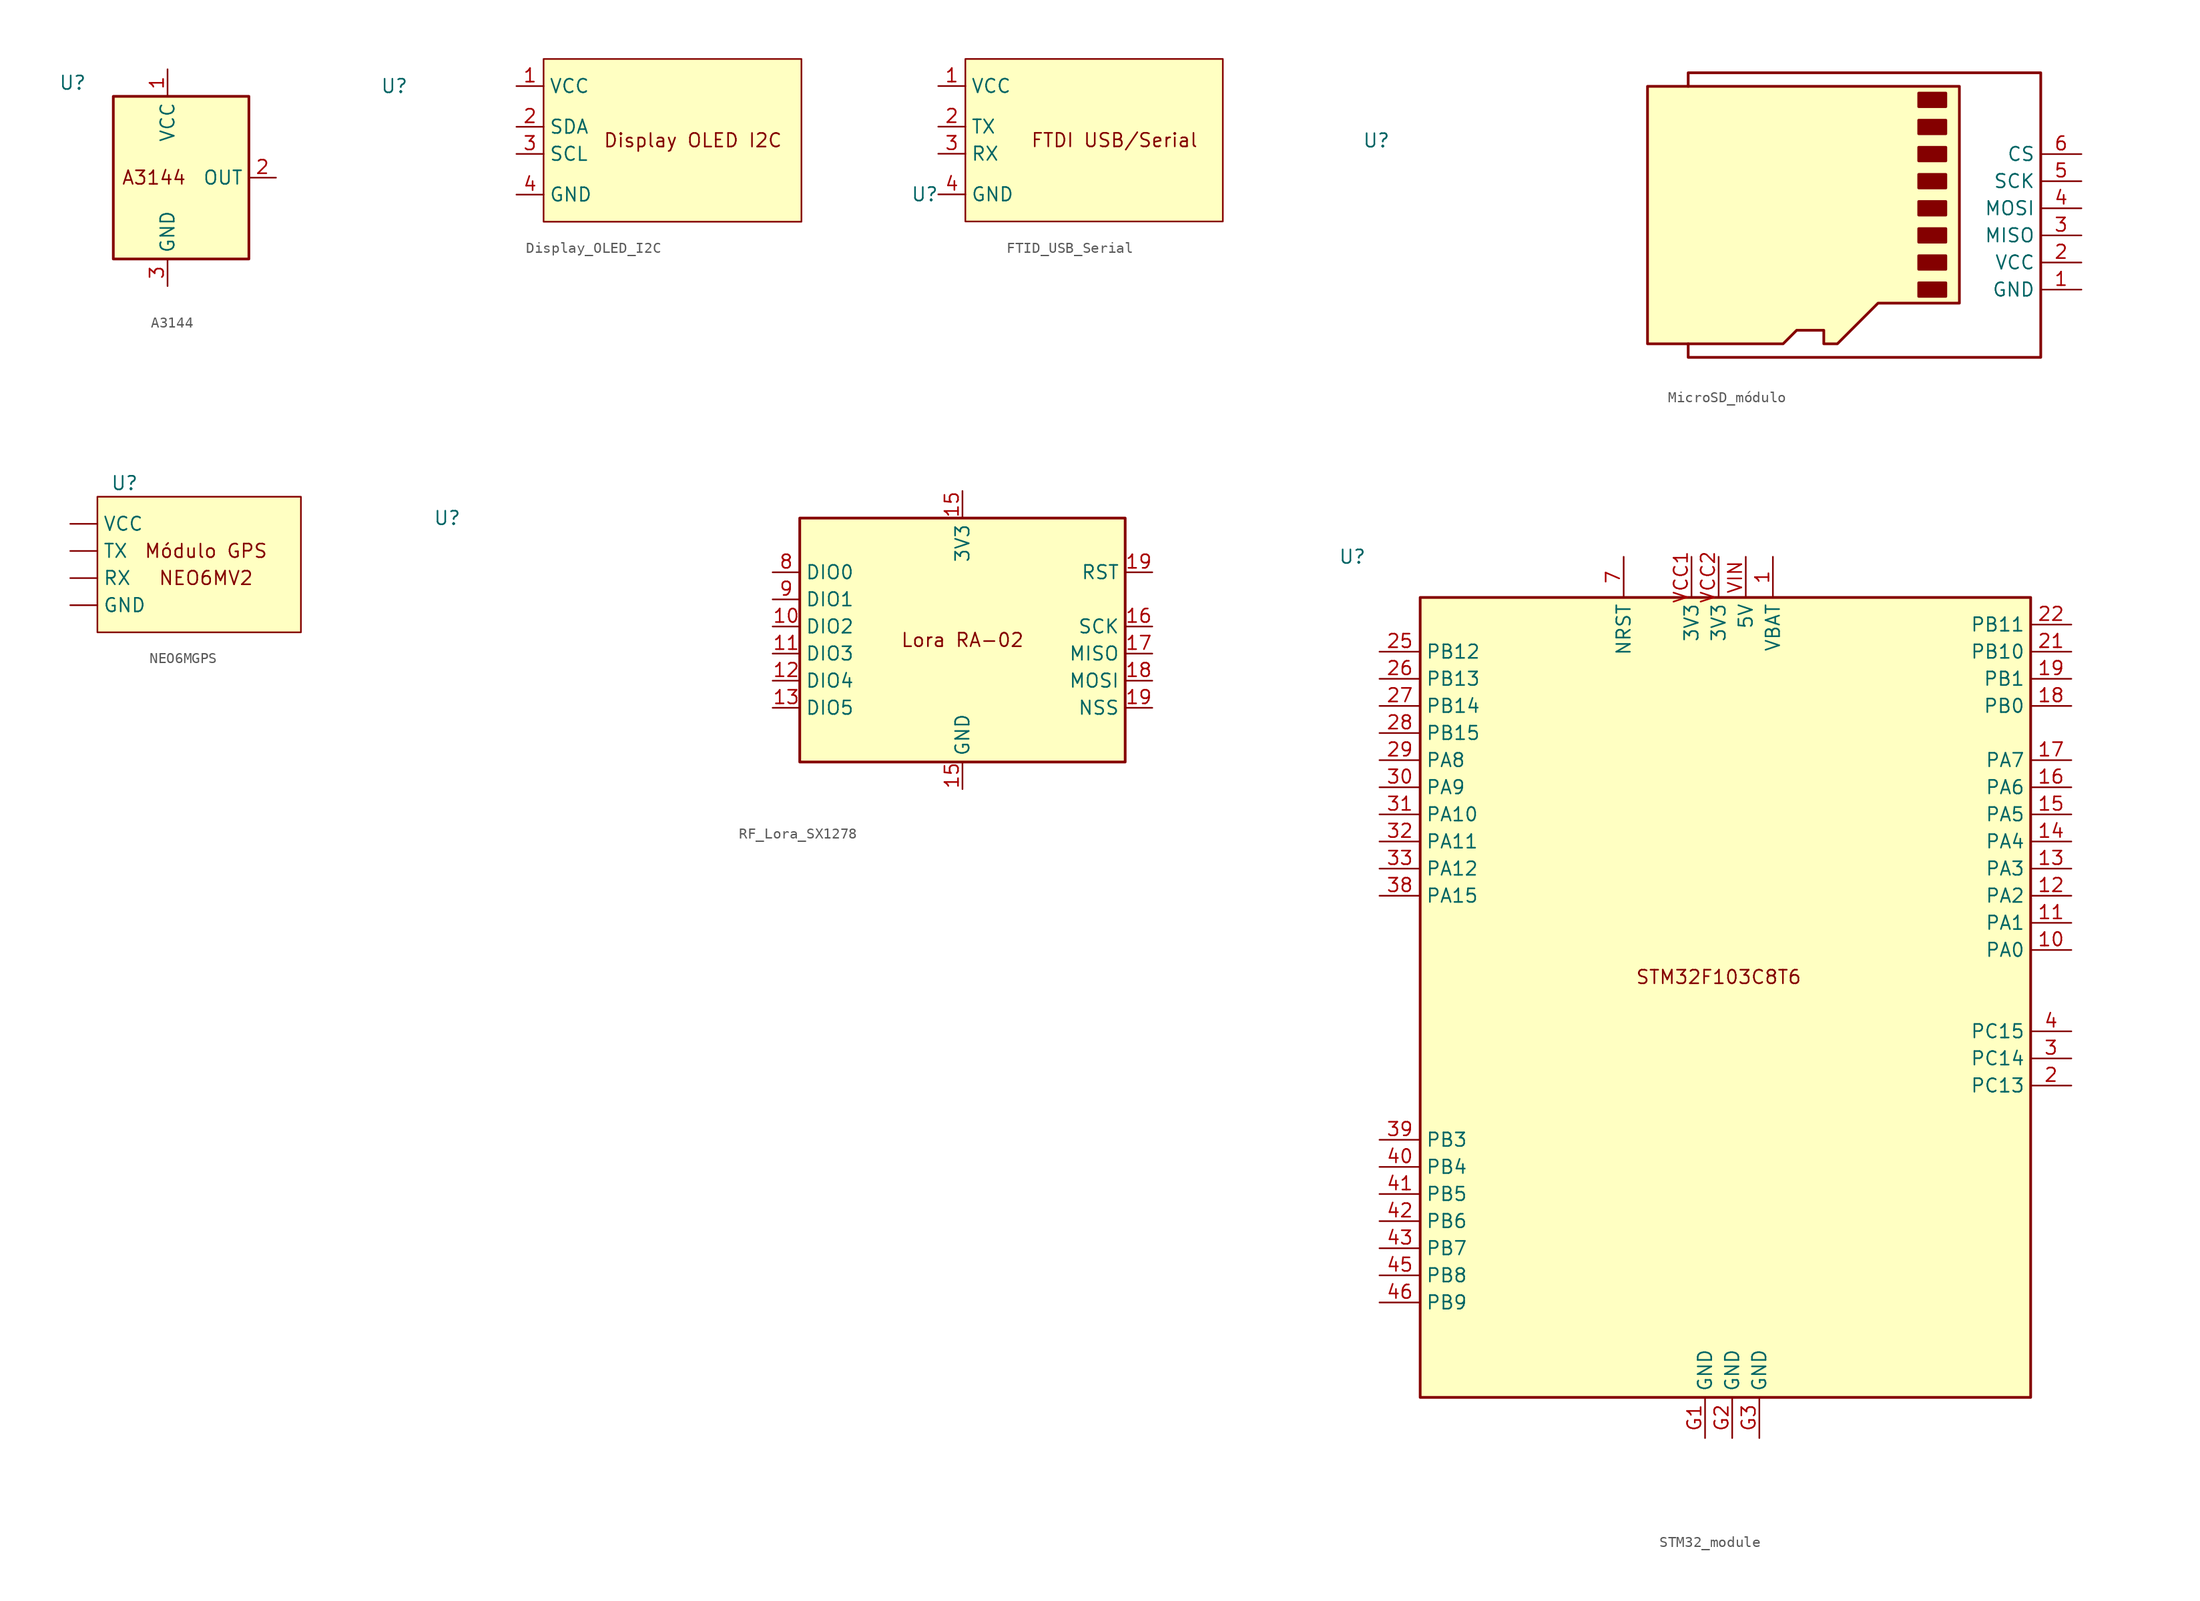
<source format=kicad_sym>
(kicad_symbol_lib
  (version 20220914)
  (generator kicad_symbol_editor)
  (symbol "A3144"
    (property "Reference" "U"
      (at -2.54 8.89 0)
      (effects (font (size 1.27 1.27))))
    (property "Value" ""
      (at -2.54 8.89 0)
      (effects (font (size 1.27 1.27))))
    (symbol "A3144_0_1"
      (rectangle (start 1.27 7.62) (end 13.97 -7.62) (stroke (width 0.254) (type default)) (fill (type background))))
    (symbol "A3144_1_1"
      (text "A3144\n" (at 5.08 0 0) (effects (font (size 1.27 1.27))))
      (pin power_in line (at 6.35 10.16 270) (length 2.54) (name "VCC" (effects (font (size 1.27 1.27)))) (number "1" (effects (font (size 1.27 1.27)))))
      (pin open_collector line (at 16.51 0 180) (length 2.54) (name "OUT" (effects (font (size 1.27 1.27)))) (number "2" (effects (font (size 1.27 1.27)))))
      (pin power_in line (at 6.35 -10.16 90) (length 2.54) (name "GND" (effects (font (size 1.27 1.27)))) (number "3" (effects (font (size 1.27 1.27)))))))
  (symbol "Display_OLED_I2C"
    (property "Reference" "U"
      (at 0 0 0)
      (effects (font (size 1.27 1.27))))
    (property "Value" ""
      (at 0 0 0)
      (effects (font (size 1.27 1.27))))
    (symbol "Display_OLED_I2C_1_1"
      (rectangle (start 13.97 2.54) (end 38.1 -12.7) (stroke (width 0) (type default)) (fill (type background)))
      (text "Display OLED I2C\n" (at 27.94 -5.08 0) (effects (font (size 1.27 1.27))))
      (pin input line (at 11.43 0 0) (length 2.54) (name "VCC" (effects (font (size 1.27 1.27)))) (number "1" (effects (font (size 1.27 1.27)))))
      (pin input line (at 11.43 -3.81 0) (length 2.54) (name "SDA" (effects (font (size 1.27 1.27)))) (number "2" (effects (font (size 1.27 1.27)))))
      (pin input line (at 11.43 -6.35 0) (length 2.54) (name "SCL" (effects (font (size 1.27 1.27)))) (number "3" (effects (font (size 1.27 1.27)))))
      (pin input line (at 11.43 -10.16 0) (length 2.54) (name "GND" (effects (font (size 1.27 1.27)))) (number "4" (effects (font (size 1.27 1.27)))))))
  (symbol "FTID_USB_Serial"
    (property "Reference" "U"
      (at 0 0 0)
      (effects (font (size 1.27 1.27))))
    (property "Value" ""
      (at 0 0 0)
      (effects (font (size 1.27 1.27))))
    (symbol "FTID_USB_Serial_1_1"
      (rectangle (start 3.81 12.7) (end 27.94 -2.54) (stroke (width 0) (type default)) (fill (type background)))
      (text "FTDI USB/Serial\n" (at 17.78 5.08 0) (effects (font (size 1.27 1.27))))
      (pin input line (at 1.27 10.16 0) (length 2.54) (name "VCC" (effects (font (size 1.27 1.27)))) (number "1" (effects (font (size 1.27 1.27)))))
      (pin input line (at 1.27 6.35 0) (length 2.54) (name "TX" (effects (font (size 1.27 1.27)))) (number "2" (effects (font (size 1.27 1.27)))))
      (pin input line (at 1.27 3.81 0) (length 2.54) (name "RX" (effects (font (size 1.27 1.27)))) (number "3" (effects (font (size 1.27 1.27)))))
      (pin input line (at 1.27 0 0) (length 2.54) (name "GND" (effects (font (size 1.27 1.27)))) (number "4" (effects (font (size 1.27 1.27)))))))
  (symbol "MicroSD_módulo"
    (property "Reference" "U"
      (at 0 0 0)
      (effects (font (size 1.27 1.27))))
    (property "Value" ""
      (at 0 0 0)
      (effects (font (size 1.27 1.27))))
    (symbol "MicroSD_módulo_0_1"
      (polyline (pts (xy 29.21 -19.05) (xy 29.21 -20.32) (xy 62.23 -20.32) (xy 62.23 6.35) (xy 29.21 6.35) (xy 29.21 5.08)) (stroke (width 0.254) (type default)) (fill (type none)))
      (polyline (pts (xy 54.61 5.08) (xy 54.61 -15.24) (xy 46.99 -15.24) (xy 43.18 -19.05) (xy 41.91 -19.05) (xy 41.91 -17.78) (xy 39.37 -17.78) (xy 38.1 -19.05) (xy 25.4 -19.05) (xy 25.4 5.08) (xy 54.61 5.08)) (stroke (width 0.254) (type default)) (fill (type background)))
      (rectangle (start 53.34 -14.605) (end 50.8 -13.335) (stroke (width 0.254) (type default)) (fill (type outline)))
      (rectangle (start 53.34 -12.065) (end 50.8 -10.795) (stroke (width 0.254) (type default)) (fill (type outline)))
      (rectangle (start 53.34 -9.525) (end 50.8 -8.255) (stroke (width 0.254) (type default)) (fill (type outline)))
      (rectangle (start 53.34 -6.985) (end 50.8 -5.715) (stroke (width 0.254) (type default)) (fill (type outline)))
      (rectangle (start 53.34 -4.445) (end 50.8 -3.175) (stroke (width 0.254) (type default)) (fill (type outline)))
      (rectangle (start 53.34 -1.905) (end 50.8 -0.635) (stroke (width 0.254) (type default)) (fill (type outline)))
      (rectangle (start 53.34 0.635) (end 50.8 1.905) (stroke (width 0.254) (type default)) (fill (type outline)))
      (rectangle (start 53.34 3.175) (end 50.8 4.445) (stroke (width 0.254) (type default)) (fill (type outline))))
    (symbol "MicroSD_módulo_1_1"
      (pin bidirectional line (at 66.04 -13.97 180) (length 3.81) (name "GND" (effects (font (size 1.27 1.27)))) (number "1" (effects (font (size 1.27 1.27)))))
      (pin bidirectional line (at 66.04 -11.43 180) (length 3.81) (name "VCC" (effects (font (size 1.27 1.27)))) (number "2" (effects (font (size 1.27 1.27)))))
      (pin input line (at 66.04 -8.89 180) (length 3.81) (name "MISO" (effects (font (size 1.27 1.27)))) (number "3" (effects (font (size 1.27 1.27)))))
      (pin power_in line (at 66.04 -6.35 180) (length 3.81) (name "MOSI" (effects (font (size 1.27 1.27)))) (number "4" (effects (font (size 1.27 1.27)))))
      (pin input line (at 66.04 -3.81 180) (length 3.81) (name "SCK" (effects (font (size 1.27 1.27)))) (number "5" (effects (font (size 1.27 1.27)))))
      (pin power_in line (at 66.04 -1.27 180) (length 3.81) (name "CS" (effects (font (size 1.27 1.27)))) (number "6" (effects (font (size 1.27 1.27)))))))
  (symbol "NEO6MGPS"
    (property "Reference" "U"
      (at 0 2.54 0)
      (effects (font (size 1.27 1.27))))
    (symbol "NEO6MGPS_1_1"
      (rectangle (start -2.54 1.27) (end 16.51 -11.43) (stroke (width 0) (type default)) (fill (type background)))
      (text "Módulo GPS\n" (at 7.62 -3.81 0) (effects (font (size 1.27 1.27))))
      (text "NEO6MV2" (at 7.62 -6.35 0) (effects (font (size 1.27 1.27))))
      (pin input line (at -5.08 -8.89 0) (length 2.54) (name "GND" (effects (font (size 1.27 1.27)))) (number "" (effects (font (size 1.27 1.27)))))
      (pin input line (at -5.08 -6.35 0) (length 2.54) (name "RX" (effects (font (size 1.27 1.27)))) (number "" (effects (font (size 1.27 1.27)))))
      (pin input line (at -5.08 -3.81 0) (length 2.54) (name "TX" (effects (font (size 1.27 1.27)))) (number "" (effects (font (size 1.27 1.27)))))
      (pin input line (at -5.08 -1.27 0) (length 2.54) (name "VCC" (effects (font (size 1.27 1.27)))) (number "" (effects (font (size 1.27 1.27)))))))
  (symbol "RF_Lora_SX1278"
    (property "Reference" "U"
      (at 0 0 0)
      (effects (font (size 1.27 1.27))))
    (property "Value" ""
      (at 0 0 0)
      (effects (font (size 1.27 1.27))))
    (symbol "RF_Lora_SX1278_0_1"
      (rectangle (start 33.02 0) (end 63.5 -22.86) (stroke (width 0.254) (type default)) (fill (type background))))
    (symbol "RF_Lora_SX1278_1_1"
      (text "Lora RA-02" (at 48.26 -11.43 0) (effects (font (size 1.27 1.27))))
      (pin bidirectional line (at 30.48 -10.16 0) (length 2.54) (name "DIO2" (effects (font (size 1.27 1.27)))) (number "10" (effects (font (size 1.27 1.27)))))
      (pin bidirectional line (at 30.48 -12.7 0) (length 2.54) (name "DIO3" (effects (font (size 1.27 1.27)))) (number "11" (effects (font (size 1.27 1.27)))))
      (pin bidirectional line (at 30.48 -15.24 0) (length 2.54) (name "DIO4" (effects (font (size 1.27 1.27)))) (number "12" (effects (font (size 1.27 1.27)))))
      (pin bidirectional line (at 30.48 -17.78 0) (length 2.54) (name "DIO5" (effects (font (size 1.27 1.27)))) (number "13" (effects (font (size 1.27 1.27)))))
      (pin power_in line (at 48.26 2.54 270) (length 2.54) (name "3V3" (effects (font (size 1.27 1.27)))) (number "15" (effects (font (size 1.27 1.27)))))
      (pin power_in line (at 48.26 -25.4 90) (length 2.54) (name "GND" (effects (font (size 1.27 1.27)))) (number "15" (effects (font (size 1.27 1.27)))))
      (pin input line (at 66.04 -10.16 180) (length 2.54) (name "SCK" (effects (font (size 1.27 1.27)))) (number "16" (effects (font (size 1.27 1.27)))))
      (pin output line (at 66.04 -12.7 180) (length 2.54) (name "MISO" (effects (font (size 1.27 1.27)))) (number "17" (effects (font (size 1.27 1.27)))))
      (pin input line (at 66.04 -15.24 180) (length 2.54) (name "MOSI" (effects (font (size 1.27 1.27)))) (number "18" (effects (font (size 1.27 1.27)))))
      (pin input line (at 66.04 -17.78 180) (length 2.54) (name "NSS" (effects (font (size 1.27 1.27)))) (number "19" (effects (font (size 1.27 1.27)))))
      (pin input line (at 66.04 -5.08 180) (length 2.54) (name "RST" (effects (font (size 1.27 1.27)))) (number "19" (effects (font (size 1.27 1.27)))))
      (pin passive line (at 48.26 -25.4 90) (length 2.54) hide (name "GND" (effects (font (size 1.27 1.27)))) (number "21" (effects (font (size 1.27 1.27)))))
      (pin passive line (at 48.26 2.54 270) (length 2.54) hide (name "GND" (effects (font (size 1.27 1.27)))) (number "21" (effects (font (size 1.27 1.27)))))
      (pin passive line (at 48.26 -25.4 90) (length 2.54) hide (name "GND" (effects (font (size 1.27 1.27)))) (number "22" (effects (font (size 1.27 1.27)))))
      (pin passive line (at 48.26 2.54 270) (length 2.54) hide (name "GND" (effects (font (size 1.27 1.27)))) (number "22" (effects (font (size 1.27 1.27)))))
      (pin passive line (at 48.26 -25.4 90) (length 2.54) hide (name "GND" (effects (font (size 1.27 1.27)))) (number "23" (effects (font (size 1.27 1.27)))))
      (pin passive line (at 48.26 2.54 270) (length 2.54) hide (name "GND" (effects (font (size 1.27 1.27)))) (number "23" (effects (font (size 1.27 1.27)))))
      (pin passive line (at 48.26 -25.4 90) (length 2.54) hide (name "GND" (effects (font (size 1.27 1.27)))) (number "26" (effects (font (size 1.27 1.27)))))
      (pin passive line (at 48.26 2.54 270) (length 2.54) hide (name "GND" (effects (font (size 1.27 1.27)))) (number "26" (effects (font (size 1.27 1.27)))))
      (pin passive line (at 48.26 -25.4 90) (length 2.54) hide (name "GND" (effects (font (size 1.27 1.27)))) (number "29" (effects (font (size 1.27 1.27)))))
      (pin passive line (at 48.26 2.54 270) (length 2.54) hide (name "GND" (effects (font (size 1.27 1.27)))) (number "29" (effects (font (size 1.27 1.27)))))
      (pin bidirectional line (at 30.48 -5.08 0) (length 2.54) (name "DIO0" (effects (font (size 1.27 1.27)))) (number "8" (effects (font (size 1.27 1.27)))))
      (pin bidirectional line (at 30.48 -7.62 0) (length 2.54) (name "DIO1" (effects (font (size 1.27 1.27)))) (number "9" (effects (font (size 1.27 1.27)))))))
  (symbol "STM32_module"
    (property "Reference" "U"
      (at 0 0 0)
      (effects (font (size 1.27 1.27))))
    (property "Value" ""
      (at 0 0 0)
      (effects (font (size 1.27 1.27))))
    (symbol "STM32_module_0_1"
      (rectangle (start 6.35 -3.81) (end 63.5 -78.74) (stroke (width 0.254) (type default)) (fill (type background))))
    (symbol "STM32_module_1_1"
      (text "STM32F103C8T6" (at 34.29 -39.37 0) (effects (font (size 1.27 1.27))))
      (pin power_in line (at 39.37 0 270) (length 3.81) (name "VBAT" (effects (font (size 1.27 1.27)))) (number "1" (effects (font (size 1.27 1.27)))))
      (pin bidirectional line (at 67.31 -36.83 180) (length 3.81) (name "PA0" (effects (font (size 1.27 1.27)))) (number "10" (effects (font (size 1.27 1.27)))))
      (pin bidirectional line (at 67.31 -34.29 180) (length 3.81) (name "PA1" (effects (font (size 1.27 1.27)))) (number "11" (effects (font (size 1.27 1.27)))))
      (pin bidirectional line (at 67.31 -31.75 180) (length 3.81) (name "PA2" (effects (font (size 1.27 1.27)))) (number "12" (effects (font (size 1.27 1.27)))))
      (pin bidirectional line (at 67.31 -29.21 180) (length 3.81) (name "PA3" (effects (font (size 1.27 1.27)))) (number "13" (effects (font (size 1.27 1.27)))))
      (pin bidirectional line (at 67.31 -26.67 180) (length 3.81) (name "PA4" (effects (font (size 1.27 1.27)))) (number "14" (effects (font (size 1.27 1.27)))))
      (pin bidirectional line (at 67.31 -24.13 180) (length 3.81) (name "PA5" (effects (font (size 1.27 1.27)))) (number "15" (effects (font (size 1.27 1.27)))))
      (pin bidirectional line (at 67.31 -21.59 180) (length 3.81) (name "PA6" (effects (font (size 1.27 1.27)))) (number "16" (effects (font (size 1.27 1.27)))))
      (pin bidirectional line (at 67.31 -19.05 180) (length 3.81) (name "PA7" (effects (font (size 1.27 1.27)))) (number "17" (effects (font (size 1.27 1.27)))))
      (pin bidirectional line (at 67.31 -13.97 180) (length 3.81) (name "PB0" (effects (font (size 1.27 1.27)))) (number "18" (effects (font (size 1.27 1.27)))))
      (pin bidirectional line (at 67.31 -11.43 180) (length 3.81) (name "PB1" (effects (font (size 1.27 1.27)))) (number "19" (effects (font (size 1.27 1.27)))))
      (pin bidirectional line (at 67.31 -49.53 180) (length 3.81) (name "PC13" (effects (font (size 1.27 1.27)))) (number "2" (effects (font (size 1.27 1.27)))))
      (pin bidirectional line (at 67.31 -8.89 180) (length 3.81) (name "PB10" (effects (font (size 1.27 1.27)))) (number "21" (effects (font (size 1.27 1.27)))))
      (pin bidirectional line (at 67.31 -6.35 180) (length 3.81) (name "PB11" (effects (font (size 1.27 1.27)))) (number "22" (effects (font (size 1.27 1.27)))))
      (pin bidirectional line (at 2.54 -8.89 0) (length 3.81) (name "PB12" (effects (font (size 1.27 1.27)))) (number "25" (effects (font (size 1.27 1.27)))))
      (pin bidirectional line (at 2.54 -11.43 0) (length 3.81) (name "PB13" (effects (font (size 1.27 1.27)))) (number "26" (effects (font (size 1.27 1.27)))))
      (pin bidirectional line (at 2.54 -13.97 0) (length 3.81) (name "PB14" (effects (font (size 1.27 1.27)))) (number "27" (effects (font (size 1.27 1.27)))))
      (pin bidirectional line (at 2.54 -16.51 0) (length 3.81) (name "PB15" (effects (font (size 1.27 1.27)))) (number "28" (effects (font (size 1.27 1.27)))))
      (pin bidirectional line (at 2.54 -19.05 0) (length 3.81) (name "PA8" (effects (font (size 1.27 1.27)))) (number "29" (effects (font (size 1.27 1.27)))))
      (pin bidirectional line (at 67.31 -46.99 180) (length 3.81) (name "PC14" (effects (font (size 1.27 1.27)))) (number "3" (effects (font (size 1.27 1.27)))))
      (pin bidirectional line (at 2.54 -21.59 0) (length 3.81) (name "PA9" (effects (font (size 1.27 1.27)))) (number "30" (effects (font (size 1.27 1.27)))))
      (pin bidirectional line (at 2.54 -24.13 0) (length 3.81) (name "PA10" (effects (font (size 1.27 1.27)))) (number "31" (effects (font (size 1.27 1.27)))))
      (pin bidirectional line (at 2.54 -26.67 0) (length 3.81) (name "PA11" (effects (font (size 1.27 1.27)))) (number "32" (effects (font (size 1.27 1.27)))))
      (pin bidirectional line (at 2.54 -29.21 0) (length 3.81) (name "PA12" (effects (font (size 1.27 1.27)))) (number "33" (effects (font (size 1.27 1.27)))))
      (pin bidirectional line (at 2.54 -31.75 0) (length 3.81) (name "PA15" (effects (font (size 1.27 1.27)))) (number "38" (effects (font (size 1.27 1.27)))))
      (pin bidirectional line (at 2.54 -54.61 0) (length 3.81) (name "PB3" (effects (font (size 1.27 1.27)))) (number "39" (effects (font (size 1.27 1.27)))))
      (pin bidirectional line (at 67.31 -44.45 180) (length 3.81) (name "PC15" (effects (font (size 1.27 1.27)))) (number "4" (effects (font (size 1.27 1.27)))))
      (pin bidirectional line (at 2.54 -57.15 0) (length 3.81) (name "PB4" (effects (font (size 1.27 1.27)))) (number "40" (effects (font (size 1.27 1.27)))))
      (pin bidirectional line (at 2.54 -59.69 0) (length 3.81) (name "PB5" (effects (font (size 1.27 1.27)))) (number "41" (effects (font (size 1.27 1.27)))))
      (pin bidirectional line (at 2.54 -62.23 0) (length 3.81) (name "PB6" (effects (font (size 1.27 1.27)))) (number "42" (effects (font (size 1.27 1.27)))))
      (pin bidirectional line (at 2.54 -64.77 0) (length 3.81) (name "PB7" (effects (font (size 1.27 1.27)))) (number "43" (effects (font (size 1.27 1.27)))))
      (pin bidirectional line (at 2.54 -67.31 0) (length 3.81) (name "PB8" (effects (font (size 1.27 1.27)))) (number "45" (effects (font (size 1.27 1.27)))))
      (pin bidirectional line (at 2.54 -69.85 0) (length 3.81) (name "PB9" (effects (font (size 1.27 1.27)))) (number "46" (effects (font (size 1.27 1.27)))))
      (pin input line (at 25.4 0 270) (length 3.81) (name "NRST" (effects (font (size 1.27 1.27)))) (number "7" (effects (font (size 1.27 1.27)))))
      (pin power_in line (at 33.02 -82.55 90) (length 3.81) (name "GND" (effects (font (size 1.27 1.27)))) (number "G1" (effects (font (size 1.27 1.27)))))
      (pin power_in line (at 35.56 -82.55 90) (length 3.81) (name "GND" (effects (font (size 1.27 1.27)))) (number "G2" (effects (font (size 1.27 1.27)))))
      (pin power_in line (at 38.1 -82.55 90) (length 3.81) (name "GND" (effects (font (size 1.27 1.27)))) (number "G3" (effects (font (size 1.27 1.27)))))
      (pin power_in line (at 31.75 0 270) (length 3.81) (name "3V3" (effects (font (size 1.27 1.27)))) (number "VCC1" (effects (font (size 1.27 1.27)))))
      (pin power_in line (at 34.29 0 270) (length 3.81) (name "3V3" (effects (font (size 1.27 1.27)))) (number "VCC2" (effects (font (size 1.27 1.27)))))
      (pin power_in line (at 36.83 0 270) (length 3.81) (name "5V" (effects (font (size 1.27 1.27)))) (number "VIN" (effects (font (size 1.27 1.27))))))))
</source>
